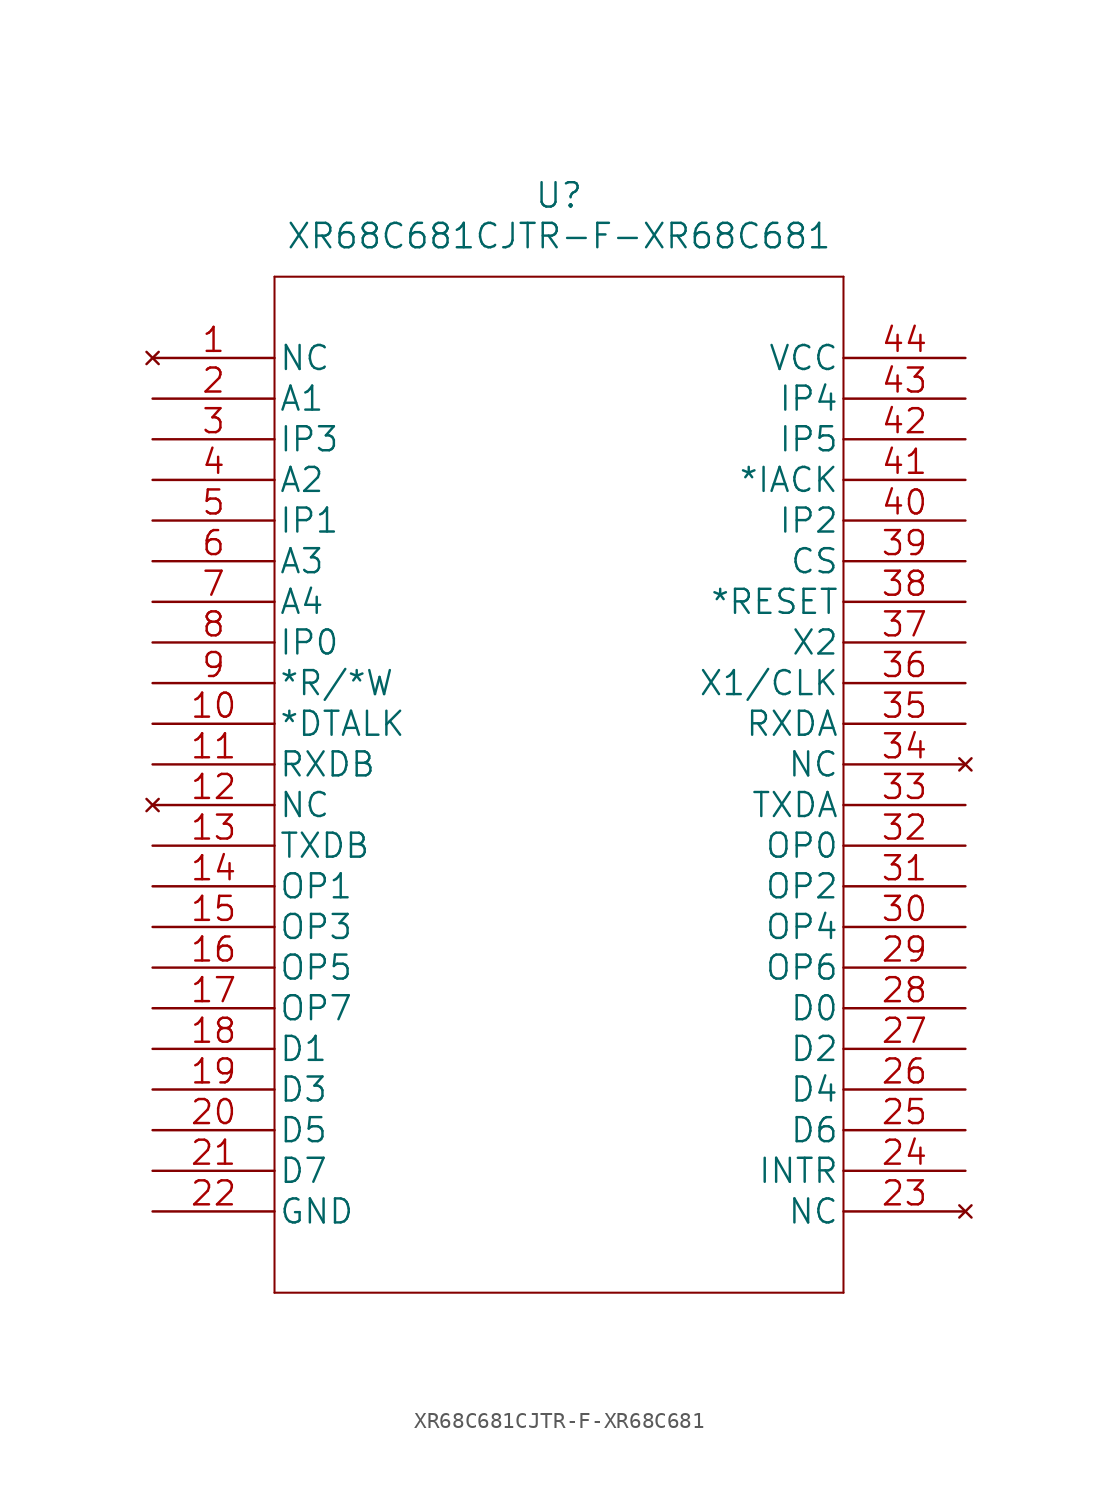
<source format=kicad_sym>
(kicad_symbol_lib
  (version 20211014)
  (generator kicad_symbol_editor)
  (symbol "XR68C681CJTR-F-XR68C681"
    (pin_names
      (offset 0.254))
    (property "Reference" "U"
      (at 25.4 10.16 0)
      (effects (font (size 1.524 1.524))))
    (property "Value" "XR68C681CJTR-F-XR68C681"
      (at 25.4 7.62 0)
      (effects (font (size 1.524 1.524))))
    (property "Datasheet" ""
      (at 0 0 0)
      (effects (font (size 1.524 1.524))))
    (property "ki_locked" ""
      (at 0 0 0)
      (effects (font (size 1.27 1.27))))
    (symbol "XR68C681CJTR-F-XR68C681_1_1"
      (polyline (pts (xy 7.62 -58.42) (xy 43.18 -58.42)) (stroke (width 0.127) (type default) (color 0 0 0 0)) (fill (type none)))
      (polyline (pts (xy 7.62 5.08) (xy 7.62 -58.42)) (stroke (width 0.127) (type default) (color 0 0 0 0)) (fill (type none)))
      (polyline (pts (xy 43.18 -58.42) (xy 43.18 5.08)) (stroke (width 0.127) (type default) (color 0 0 0 0)) (fill (type none)))
      (polyline (pts (xy 43.18 5.08) (xy 7.62 5.08)) (stroke (width 0.127) (type default) (color 0 0 0 0)) (fill (type none)))
      (pin no_connect line (at 0 0 0) (length 7.62) (name "NC" (effects (font (size 1.499 1.499)))) (number "1" (effects (font (size 1.499 1.499)))))
      (pin output line (at 0 -22.86 0) (length 7.62) (name "*DTALK" (effects (font (size 1.499 1.499)))) (number "10" (effects (font (size 1.499 1.499)))))
      (pin input line (at 0 -25.4 0) (length 7.62) (name "RXDB" (effects (font (size 1.499 1.499)))) (number "11" (effects (font (size 1.499 1.499)))))
      (pin no_connect line (at 0 -27.94 0) (length 7.62) (name "NC" (effects (font (size 1.499 1.499)))) (number "12" (effects (font (size 1.499 1.499)))))
      (pin output line (at 0 -30.48 0) (length 7.62) (name "TXDB" (effects (font (size 1.499 1.499)))) (number "13" (effects (font (size 1.499 1.499)))))
      (pin output line (at 0 -33.02 0) (length 7.62) (name "OP1" (effects (font (size 1.499 1.499)))) (number "14" (effects (font (size 1.499 1.499)))))
      (pin output line (at 0 -35.56 0) (length 7.62) (name "OP3" (effects (font (size 1.499 1.499)))) (number "15" (effects (font (size 1.499 1.499)))))
      (pin output line (at 0 -38.1 0) (length 7.62) (name "OP5" (effects (font (size 1.499 1.499)))) (number "16" (effects (font (size 1.499 1.499)))))
      (pin output line (at 0 -40.64 0) (length 7.62) (name "OP7" (effects (font (size 1.499 1.499)))) (number "17" (effects (font (size 1.499 1.499)))))
      (pin bidirectional line (at 0 -43.18 0) (length 7.62) (name "D1" (effects (font (size 1.499 1.499)))) (number "18" (effects (font (size 1.499 1.499)))))
      (pin bidirectional line (at 0 -45.72 0) (length 7.62) (name "D3" (effects (font (size 1.499 1.499)))) (number "19" (effects (font (size 1.499 1.499)))))
      (pin input line (at 0 -2.54 0) (length 7.62) (name "A1" (effects (font (size 1.499 1.499)))) (number "2" (effects (font (size 1.499 1.499)))))
      (pin bidirectional line (at 0 -48.26 0) (length 7.62) (name "D5" (effects (font (size 1.499 1.499)))) (number "20" (effects (font (size 1.499 1.499)))))
      (pin bidirectional line (at 0 -50.8 0) (length 7.62) (name "D7" (effects (font (size 1.499 1.499)))) (number "21" (effects (font (size 1.499 1.499)))))
      (pin power_in line (at 0 -53.34 0) (length 7.62) (name "GND" (effects (font (size 1.499 1.499)))) (number "22" (effects (font (size 1.499 1.499)))))
      (pin no_connect line (at 50.8 -53.34 180) (length 7.62) (name "NC" (effects (font (size 1.499 1.499)))) (number "23" (effects (font (size 1.499 1.499)))))
      (pin output line (at 50.8 -50.8 180) (length 7.62) (name "INTR" (effects (font (size 1.499 1.499)))) (number "24" (effects (font (size 1.499 1.499)))))
      (pin bidirectional line (at 50.8 -48.26 180) (length 7.62) (name "D6" (effects (font (size 1.499 1.499)))) (number "25" (effects (font (size 1.499 1.499)))))
      (pin bidirectional line (at 50.8 -45.72 180) (length 7.62) (name "D4" (effects (font (size 1.499 1.499)))) (number "26" (effects (font (size 1.499 1.499)))))
      (pin bidirectional line (at 50.8 -43.18 180) (length 7.62) (name "D2" (effects (font (size 1.499 1.499)))) (number "27" (effects (font (size 1.499 1.499)))))
      (pin bidirectional line (at 50.8 -40.64 180) (length 7.62) (name "D0" (effects (font (size 1.499 1.499)))) (number "28" (effects (font (size 1.499 1.499)))))
      (pin output line (at 50.8 -38.1 180) (length 7.62) (name "OP6" (effects (font (size 1.499 1.499)))) (number "29" (effects (font (size 1.499 1.499)))))
      (pin input line (at 0 -5.08 0) (length 7.62) (name "IP3" (effects (font (size 1.499 1.499)))) (number "3" (effects (font (size 1.499 1.499)))))
      (pin output line (at 50.8 -35.56 180) (length 7.62) (name "OP4" (effects (font (size 1.499 1.499)))) (number "30" (effects (font (size 1.499 1.499)))))
      (pin output line (at 50.8 -33.02 180) (length 7.62) (name "OP2" (effects (font (size 1.499 1.499)))) (number "31" (effects (font (size 1.499 1.499)))))
      (pin output line (at 50.8 -30.48 180) (length 7.62) (name "OP0" (effects (font (size 1.499 1.499)))) (number "32" (effects (font (size 1.499 1.499)))))
      (pin output line (at 50.8 -27.94 180) (length 7.62) (name "TXDA" (effects (font (size 1.499 1.499)))) (number "33" (effects (font (size 1.499 1.499)))))
      (pin no_connect line (at 50.8 -25.4 180) (length 7.62) (name "NC" (effects (font (size 1.499 1.499)))) (number "34" (effects (font (size 1.499 1.499)))))
      (pin input line (at 50.8 -22.86 180) (length 7.62) (name "RXDA" (effects (font (size 1.499 1.499)))) (number "35" (effects (font (size 1.499 1.499)))))
      (pin bidirectional line (at 50.8 -20.32 180) (length 7.62) (name "X1/CLK" (effects (font (size 1.499 1.499)))) (number "36" (effects (font (size 1.499 1.499)))))
      (pin input line (at 50.8 -17.78 180) (length 7.62) (name "X2" (effects (font (size 1.499 1.499)))) (number "37" (effects (font (size 1.499 1.499)))))
      (pin input line (at 50.8 -15.24 180) (length 7.62) (name "*RESET" (effects (font (size 1.499 1.499)))) (number "38" (effects (font (size 1.499 1.499)))))
      (pin input line (at 50.8 -12.7 180) (length 7.62) (name "CS" (effects (font (size 1.499 1.499)))) (number "39" (effects (font (size 1.499 1.499)))))
      (pin input line (at 0 -7.62 0) (length 7.62) (name "A2" (effects (font (size 1.499 1.499)))) (number "4" (effects (font (size 1.499 1.499)))))
      (pin input line (at 50.8 -10.16 180) (length 7.62) (name "IP2" (effects (font (size 1.499 1.499)))) (number "40" (effects (font (size 1.499 1.499)))))
      (pin input line (at 50.8 -7.62 180) (length 7.62) (name "*IACK" (effects (font (size 1.499 1.499)))) (number "41" (effects (font (size 1.499 1.499)))))
      (pin input line (at 50.8 -5.08 180) (length 7.62) (name "IP5" (effects (font (size 1.499 1.499)))) (number "42" (effects (font (size 1.499 1.499)))))
      (pin input line (at 50.8 -2.54 180) (length 7.62) (name "IP4" (effects (font (size 1.499 1.499)))) (number "43" (effects (font (size 1.499 1.499)))))
      (pin power_in line (at 50.8 0 180) (length 7.62) (name "VCC" (effects (font (size 1.499 1.499)))) (number "44" (effects (font (size 1.499 1.499)))))
      (pin input line (at 0 -10.16 0) (length 7.62) (name "IP1" (effects (font (size 1.499 1.499)))) (number "5" (effects (font (size 1.499 1.499)))))
      (pin input line (at 0 -12.7 0) (length 7.62) (name "A3" (effects (font (size 1.499 1.499)))) (number "6" (effects (font (size 1.499 1.499)))))
      (pin input line (at 0 -15.24 0) (length 7.62) (name "A4" (effects (font (size 1.499 1.499)))) (number "7" (effects (font (size 1.499 1.499)))))
      (pin input line (at 0 -17.78 0) (length 7.62) (name "IP0" (effects (font (size 1.499 1.499)))) (number "8" (effects (font (size 1.499 1.499)))))
      (pin input line (at 0 -20.32 0) (length 7.62) (name "*R/*W" (effects (font (size 1.499 1.499)))) (number "9" (effects (font (size 1.499 1.499))))))))
</source>
